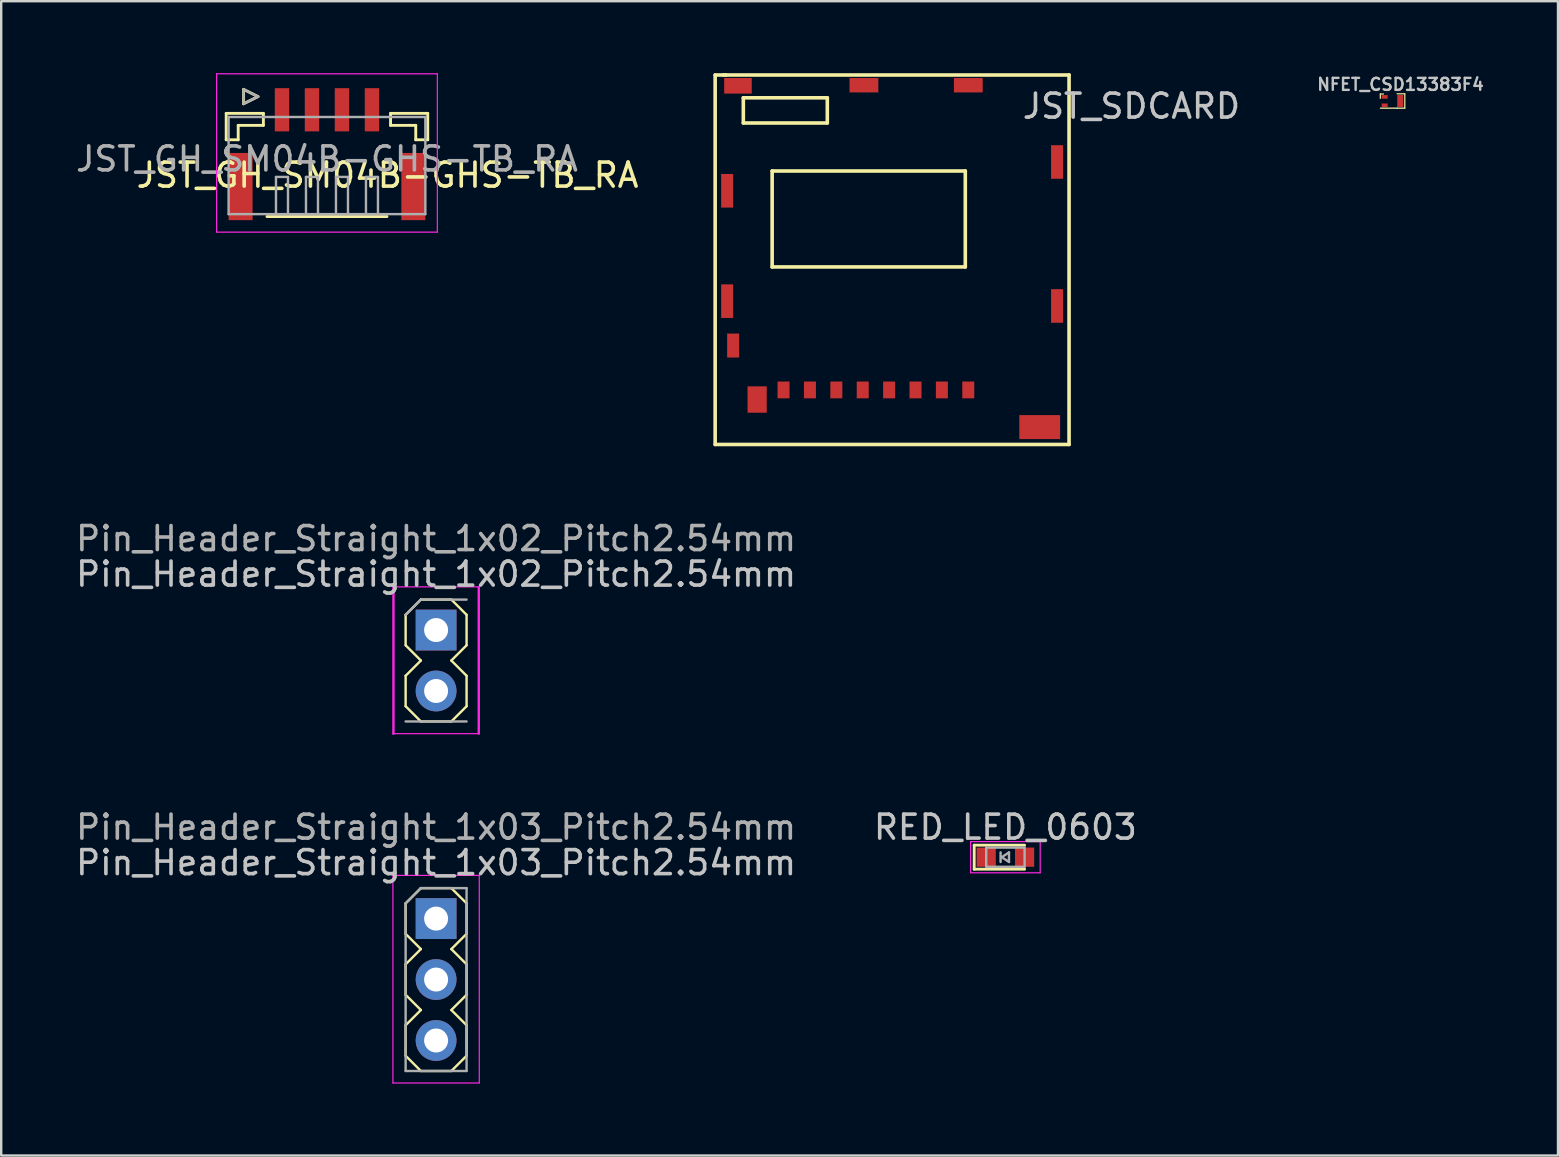
<source format=kicad_pcb>
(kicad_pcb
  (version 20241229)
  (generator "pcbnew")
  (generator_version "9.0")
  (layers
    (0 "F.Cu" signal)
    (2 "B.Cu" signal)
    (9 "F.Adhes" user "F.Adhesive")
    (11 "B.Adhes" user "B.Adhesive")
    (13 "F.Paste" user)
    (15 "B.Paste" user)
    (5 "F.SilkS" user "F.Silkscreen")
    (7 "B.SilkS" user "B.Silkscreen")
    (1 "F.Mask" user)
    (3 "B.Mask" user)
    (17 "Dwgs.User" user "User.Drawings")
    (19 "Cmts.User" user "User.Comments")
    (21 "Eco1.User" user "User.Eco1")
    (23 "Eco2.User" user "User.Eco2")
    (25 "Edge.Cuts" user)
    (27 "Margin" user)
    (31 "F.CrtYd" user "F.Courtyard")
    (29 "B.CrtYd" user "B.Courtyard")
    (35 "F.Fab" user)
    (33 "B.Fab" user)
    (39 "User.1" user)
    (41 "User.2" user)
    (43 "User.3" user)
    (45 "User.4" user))
  (footprint "JST_SDCARD"
    (layer "F.Cu")
    (at 33.655 7.111)
    (property "Reference" "JST_SDCARD" (at 10.449 -5.736 0) (layer "Dwgs.User") (effects (font (size 1 1) (thickness 0.15))))
    (attr through_hole)
    (fp_line (start -6.9 -7.036) (end -6.45 -7.036) (stroke (width 0.15) (type solid)) (layer "F.SilkS"))
    (fp_line (start -6.9 8.363) (end -6.9 -7.036) (stroke (width 0.15) (type solid)) (layer "F.SilkS"))
    (fp_line (start -6.55 -7.036) (end 7.849 -7.036) (stroke (width 0.15) (type solid)) (layer "F.SilkS"))
    (fp_line (start -5.726 -6.086) (end -2.226 -6.086) (stroke (width 0.15) (type solid)) (layer "F.SilkS"))
    (fp_line (start -5.726 -5.036) (end -5.726 -6.086) (stroke (width 0.15) (type solid)) (layer "F.SilkS"))
    (fp_line (start -4.525 -3.035) (end 3.525 -3.035) (stroke (width 0.15) (type solid)) (layer "F.SilkS"))
    (fp_line (start -4.525 0.965) (end -4.525 -3.035) (stroke (width 0.15) (type solid)) (layer "F.SilkS"))
    (fp_line (start -2.226 -6.086) (end -2.226 -5.036) (stroke (width 0.15) (type solid)) (layer "F.SilkS"))
    (fp_line (start -2.226 -5.036) (end -5.726 -5.036) (stroke (width 0.15) (type solid)) (layer "F.SilkS"))
    (fp_line (start 3.525 -3.035) (end 3.525 0.965) (stroke (width 0.15) (type solid)) (layer "F.SilkS"))
    (fp_line (start 3.525 0.965) (end -4.525 0.965) (stroke (width 0.15) (type solid)) (layer "F.SilkS"))
    (fp_line (start 7.849 -7.036) (end 7.849 8.363) (stroke (width 0.15) (type solid)) (layer "F.SilkS"))
    (fp_line (start 7.849 8.363) (end -6.9 8.363) (stroke (width 0.15) (type solid)) (layer "F.SilkS"))
    (pad "1" smd rect (at 3.649 6.09) (size 0.5 0.7) (layers "F.Cu" "F.Mask" "F.Paste"))
    (pad "2" smd rect (at 2.549 6.09) (size 0.5 0.7) (layers "F.Cu" "F.Mask" "F.Paste"))
    (pad "3" smd rect (at 1.45 6.09) (size 0.5 0.7) (layers "F.Cu" "F.Mask" "F.Paste"))
    (pad "4" smd rect (at 0.35 6.09) (size 0.5 0.7) (layers "F.Cu" "F.Mask" "F.Paste"))
    (pad "5" smd rect (at -0.75 6.09) (size 0.5 0.7) (layers "F.Cu" "F.Mask" "F.Paste"))
    (pad "6" smd rect (at -1.85 6.09) (size 0.5 0.7) (layers "F.Cu" "F.Mask" "F.Paste"))
    (pad "7" smd rect (at -2.95 6.09) (size 0.5 0.7) (layers "F.Cu" "F.Mask" "F.Paste"))
    (pad "8" smd rect (at -4.05 6.09) (size 0.5 0.7) (layers "F.Cu" "F.Mask" "F.Paste"))
    (pad "9" smd rect (at -5.15 6.49) (size 0.8 1.1) (layers "F.Cu" "F.Mask" "F.Paste"))
    (pad "10" smd rect (at -6.15 4.24) (size 0.5 1) (layers "F.Cu" "F.Mask" "F.Paste"))
    (pad "11" smd rect (at -6.4 2.39) (size 0.5 1.4) (layers "F.Cu" "F.Mask" "F.Paste"))
    (pad "12" smd rect (at -6.4 -2.21) (size 0.5 1.4) (layers "F.Cu" "F.Mask" "F.Paste"))
    (pad "13" smd rect (at -5.95 -6.586) (size 1.15 0.65) (layers "F.Cu" "F.Mask" "F.Paste"))
    (pad "14" smd rect (at -0.7 -6.609) (size 1.2 0.6) (layers "F.Cu" "F.Mask" "F.Paste"))
    (pad "15" smd rect (at 3.65 -6.609) (size 1.2 0.6) (layers "F.Cu" "F.Mask" "F.Paste"))
    (pad "16" smd rect (at 7.35 -3.41) (size 0.5 1.4) (layers "F.Cu" "F.Mask" "F.Paste"))
    (pad "17" smd rect (at 7.35 2.591) (size 0.5 1.4) (layers "F.Cu" "F.Mask" "F.Paste"))
    (pad "18" smd rect (at 6.627 7.639) (size 1.7 1) (layers "F.Cu" "F.Mask" "F.Paste")))
  (footprint "JST_GH_SM04B-GHS-TB_RA"
    (layer "F.Cu")
    (at 10.577 3.125)
    (property "Reference" "JST_GH_SM04B-GHS-TB_RA" (at 2.525 1.125 0) (layer "F.SilkS") (effects (font (size 1 1) (thickness 0.15))))
    (attr smd)
    (fp_line (start -4.2 -1.45) (end -2.65 -1.45) (stroke (width 0.12) (type solid)) (layer "F.SilkS"))
    (fp_line (start -4.2 -0.35) (end -4.2 -1.45) (stroke (width 0.12) (type solid)) (layer "F.SilkS"))
    (fp_line (start -3.7 -0.95) (end -3.7 -0.35) (stroke (width 0.12) (type solid)) (layer "F.SilkS"))
    (fp_line (start -3.7 -0.35) (end -4.2 -0.35) (stroke (width 0.12) (type solid)) (layer "F.SilkS"))
    (fp_line (start -3.475 -2.45) (end -3.475 -1.85) (stroke (width 0.12) (type solid)) (layer "F.SilkS"))
    (fp_line (start -3.475 -1.85) (end -2.875 -2.15) (stroke (width 0.12) (type solid)) (layer "F.SilkS"))
    (fp_line (start -2.875 -2.15) (end -3.475 -2.45) (stroke (width 0.12) (type solid)) (layer "F.SilkS"))
    (fp_line (start -2.65 -1.45) (end -2.65 -0.95) (stroke (width 0.12) (type solid)) (layer "F.SilkS"))
    (fp_line (start -2.65 -0.95) (end -3.7 -0.95) (stroke (width 0.12) (type solid)) (layer "F.SilkS"))
    (fp_line (start -2.5 2.85) (end 2.5 2.85) (stroke (width 0.12) (type solid)) (layer "F.SilkS"))
    (fp_line (start 2.65 -1.45) (end 2.65 -0.95) (stroke (width 0.12) (type solid)) (layer "F.SilkS"))
    (fp_line (start 2.65 -0.95) (end 3.7 -0.95) (stroke (width 0.12) (type solid)) (layer "F.SilkS"))
    (fp_line (start 3.7 -0.95) (end 3.7 -0.35) (stroke (width 0.12) (type solid)) (layer "F.SilkS"))
    (fp_line (start 3.7 -0.35) (end 4.2 -0.35) (stroke (width 0.12) (type solid)) (layer "F.SilkS"))
    (fp_line (start 4.2 -1.45) (end 2.65 -1.45) (stroke (width 0.12) (type solid)) (layer "F.SilkS"))
    (fp_line (start 4.2 -0.35) (end 4.2 -1.45) (stroke (width 0.12) (type solid)) (layer "F.SilkS"))
    (fp_line (start -4.6 -3.1) (end -4.6 3.5) (stroke (width 0.05) (type solid)) (layer "F.CrtYd"))
    (fp_line (start -4.6 3.5) (end 4.6 3.5) (stroke (width 0.05) (type solid)) (layer "F.CrtYd"))
    (fp_line (start 4.6 -3.1) (end -4.6 -3.1) (stroke (width 0.05) (type solid)) (layer "F.CrtYd"))
    (fp_line (start 4.6 3.5) (end 4.6 -3.1) (stroke (width 0.05) (type solid)) (layer "F.CrtYd"))
    (fp_line (start -4.1 -1.3) (end -4.1 2.75) (stroke (width 0.1) (type solid)) (layer "F.Fab"))
    (fp_line (start -4.1 2.75) (end 4.1 2.75) (stroke (width 0.1) (type solid)) (layer "F.Fab"))
    (fp_line (start -3.475 -2.45) (end -3.475 -1.85) (stroke (width 0.1) (type solid)) (layer "F.Fab"))
    (fp_line (start -3.475 -1.85) (end -2.875 -2.15) (stroke (width 0.1) (type solid)) (layer "F.Fab"))
    (fp_line (start -2.875 -2.15) (end -3.475 -2.45) (stroke (width 0.1) (type solid)) (layer "F.Fab"))
    (fp_line (start -2.125 1.2) (end -1.625 1.2) (stroke (width 0.1) (type solid)) (layer "F.Fab"))
    (fp_line (start -2.125 2.7) (end -2.125 1.2) (stroke (width 0.1) (type solid)) (layer "F.Fab"))
    (fp_line (start -1.625 1.2) (end -1.625 2.7) (stroke (width 0.1) (type solid)) (layer "F.Fab"))
    (fp_line (start -0.875 1.2) (end -0.375 1.2) (stroke (width 0.1) (type solid)) (layer "F.Fab"))
    (fp_line (start -0.875 2.7) (end -0.875 1.2) (stroke (width 0.1) (type solid)) (layer "F.Fab"))
    (fp_line (start -0.375 1.2) (end -0.375 2.7) (stroke (width 0.1) (type solid)) (layer "F.Fab"))
    (fp_line (start 0.375 1.2) (end 0.875 1.2) (stroke (width 0.1) (type solid)) (layer "F.Fab"))
    (fp_line (start 0.375 2.7) (end 0.375 1.2) (stroke (width 0.1) (type solid)) (layer "F.Fab"))
    (fp_line (start 0.875 1.2) (end 0.875 2.7) (stroke (width 0.1) (type solid)) (layer "F.Fab"))
    (fp_line (start 1.625 1.2) (end 2.125 1.2) (stroke (width 0.1) (type solid)) (layer "F.Fab"))
    (fp_line (start 1.625 2.7) (end 1.625 1.2) (stroke (width 0.1) (type solid)) (layer "F.Fab"))
    (fp_line (start 2.125 1.2) (end 2.125 2.7) (stroke (width 0.1) (type solid)) (layer "F.Fab"))
    (fp_line (start 4.1 -1.3) (end -4.1 -1.3) (stroke (width 0.1) (type solid)) (layer "F.Fab"))
    (fp_line (start 4.1 2.75) (end 4.1 -1.3) (stroke (width 0.1) (type solid)) (layer "F.Fab"))
    (fp_text user "${REFERENCE}" (at 0 0.45 180) (layer "F.Fab") (effects (font (size 1 1) (thickness 0.15))))
    (pad "1" smd rect (at -1.875 -1.6) (size 0.6 1.8) (layers "F.Cu" "F.Mask" "F.Paste"))
    (pad "2" smd rect (at -0.625 -1.6) (size 0.6 1.8) (layers "F.Cu" "F.Mask" "F.Paste"))
    (pad "3" smd rect (at 0.625 -1.6) (size 0.6 1.8) (layers "F.Cu" "F.Mask" "F.Paste"))
    (pad "4" smd rect (at 1.875 -1.6) (size 0.6 1.8) (layers "F.Cu" "F.Mask" "F.Paste"))
    (pad "5" smd rect (at -3.6 1.6) (size 1 2.8) (layers "F.Cu" "F.Mask" "F.Paste"))
    (pad "6" smd rect (at 3.6 1.6) (size 1 2.8) (layers "F.Cu" "F.Mask" "F.Paste")))
  (footprint "Pin_Header_Straight_1x02_Pitch2.54mm"
    (layer "F.Cu")
    (at 15.125 23.208)
    (property "Reference" "Pin_Header_Straight_1x02_Pitch2.54mm" (at 0 -2.33 0) (layer "Dwgs.User") (effects (font (size 1 1) (thickness 0.15))))
    (attr through_hole)
    (fp_line (start -1.27 -0.635) (end -1.27 0.635) (stroke (width 0.1) (type solid)) (layer "F.SilkS"))
    (fp_line (start -1.27 0.635) (end -0.635 1.27) (stroke (width 0.1) (type solid)) (layer "F.SilkS"))
    (fp_line (start -1.27 1.905) (end -0.635 1.27) (stroke (width 0.1) (type solid)) (layer "F.SilkS"))
    (fp_line (start -1.27 3.175) (end -1.27 1.905) (stroke (width 0.1) (type solid)) (layer "F.SilkS"))
    (fp_line (start -0.635 -1.27) (end -1.27 -0.635) (stroke (width 0.1) (type solid)) (layer "F.SilkS"))
    (fp_line (start -0.635 3.81) (end -1.27 3.175) (stroke (width 0.1) (type solid)) (layer "F.SilkS"))
    (fp_line (start 0.635 -1.27) (end -0.635 -1.27) (stroke (width 0.1) (type solid)) (layer "F.SilkS"))
    (fp_line (start 0.635 1.27) (end 1.27 0.635) (stroke (width 0.1) (type solid)) (layer "F.SilkS"))
    (fp_line (start 0.635 1.27) (end 1.27 1.905) (stroke (width 0.1) (type solid)) (layer "F.SilkS"))
    (fp_line (start 0.635 3.81) (end -0.635 3.81) (stroke (width 0.1) (type solid)) (layer "F.SilkS"))
    (fp_line (start 1.27 -0.635) (end 0.635 -1.27) (stroke (width 0.1) (type solid)) (layer "F.SilkS"))
    (fp_line (start 1.27 0.635) (end 1.27 -0.635) (stroke (width 0.1) (type solid)) (layer "F.SilkS"))
    (fp_line (start 1.27 1.905) (end 1.27 3.175) (stroke (width 0.1) (type solid)) (layer "F.SilkS"))
    (fp_line (start 1.27 3.175) (end 0.635 3.81) (stroke (width 0.1) (type solid)) (layer "F.SilkS"))
    (fp_line (start -1.822 4.318) (end 1.778 4.318) (stroke (width 0.05) (type solid)) (layer "F.CrtYd"))
    (fp_line (start -1.778 4.318) (end -1.778 -1.778) (stroke (width 0.1) (type solid)) (layer "F.CrtYd"))
    (fp_line (start 1.778 -1.778) (end 1.778 4.318) (stroke (width 0.1) (type solid)) (layer "F.CrtYd"))
    (fp_line (start 1.8 -1.8) (end -1.8 -1.8) (stroke (width 0.05) (type solid)) (layer "F.CrtYd"))
    (fp_line (start -1.27 -0.635) (end -0.635 -1.27) (stroke (width 0.1) (type solid)) (layer "F.Fab"))
    (fp_line (start -0.635 -1.27) (end 1.27 -1.27) (stroke (width 0.1) (type solid)) (layer "F.Fab"))
    (fp_line (start 1.27 3.81) (end -1.27 3.81) (stroke (width 0.1) (type solid)) (layer "F.Fab"))
    (fp_text user "${REFERENCE}" (at 0 -3.81 180) (layer "F.Fab") (effects (font (size 1 1) (thickness 0.15))))
    (pad "1" thru_hole rect (at 0 0) (size 1.7 1.7) (drill 1) (layers "*.Cu" "*.Mask"))
    (pad "2" thru_hole oval (at 0 2.54) (size 1.7 1.7) (drill 1) (layers "*.Cu" "*.Mask")))
  (footprint "NFET_CSD13383F4"
    (layer "F.Cu")
    (at 54.757 1.188)
    (property "Reference" "NFET_CSD13383F4" (at 0.56 -0.72 0) (layer "Dwgs.User") (effects (font (size 0.5 0.5) (thickness 0.1))))
    (attr through_hole)
    (fp_line (start -0.28 -0.32) (end -0.28 -0.14) (stroke (width 0.05) (type solid)) (layer "F.SilkS"))
    (fp_line (start -0.28 0.27) (end 0.42 0.27) (stroke (width 0.05) (type solid)) (layer "F.SilkS"))
    (fp_line (start -0.15 -0.32) (end -0.28 -0.32) (stroke (width 0.05) (type solid)) (layer "F.SilkS"))
    (fp_line (start 0.42 -0.33) (end 0.74 -0.33) (stroke (width 0.05) (type solid)) (layer "F.SilkS"))
    (fp_line (start 0.74 -0.32) (end 0.74 0.27) (stroke (width 0.05) (type solid)) (layer "F.SilkS"))
    (fp_line (start 0.74 0.27) (end 0.42 0.27) (stroke (width 0.05) (type solid)) (layer "F.SilkS"))
    (pad "1" smd rect (at -0.1 -0.2) (size 0.25 0.15) (layers "F.Cu" "F.Mask" "F.Paste"))
    (pad "2" smd rect (at -0.1 0.15 180) (size 0.25 0.15) (layers "F.Cu" "F.Mask" "F.Paste"))
    (pad "3" smd rect (at 0.55 -0.03) (size 0.25 0.5) (layers "F.Cu" "F.Mask" "F.Paste")))
  (footprint "Pin_Header_Straight_1x03_Pitch2.54mm"
    (layer "F.Cu")
    (at 15.125 35.234)
    (property "Reference" "Pin_Header_Straight_1x03_Pitch2.54mm" (at 0 -2.33 0) (layer "Dwgs.User") (effects (font (size 1 1) (thickness 0.15))))
    (attr through_hole)
    (fp_line (start -1.27 -0.635) (end -1.27 0.635) (stroke (width 0.1) (type solid)) (layer "F.SilkS"))
    (fp_line (start -1.27 0.635) (end -0.635 1.27) (stroke (width 0.1) (type solid)) (layer "F.SilkS"))
    (fp_line (start -1.27 1.905) (end -0.635 1.27) (stroke (width 0.1) (type solid)) (layer "F.SilkS"))
    (fp_line (start -1.27 3.175) (end -1.27 1.905) (stroke (width 0.1) (type solid)) (layer "F.SilkS"))
    (fp_line (start -1.27 4.445) (end -0.635 3.81) (stroke (width 0.1) (type solid)) (layer "F.SilkS"))
    (fp_line (start -1.27 5.715) (end -1.27 4.445) (stroke (width 0.1) (type solid)) (layer "F.SilkS"))
    (fp_line (start -0.635 -1.27) (end -1.27 -0.635) (stroke (width 0.1) (type solid)) (layer "F.SilkS"))
    (fp_line (start -0.635 3.81) (end -1.27 3.175) (stroke (width 0.1) (type solid)) (layer "F.SilkS"))
    (fp_line (start -0.635 6.35) (end -1.27 5.715) (stroke (width 0.1) (type solid)) (layer "F.SilkS"))
    (fp_line (start 0.635 -1.27) (end -0.635 -1.27) (stroke (width 0.1) (type solid)) (layer "F.SilkS"))
    (fp_line (start 0.635 1.27) (end 1.27 0.635) (stroke (width 0.1) (type solid)) (layer "F.SilkS"))
    (fp_line (start 0.635 1.27) (end 1.27 1.905) (stroke (width 0.1) (type solid)) (layer "F.SilkS"))
    (fp_line (start 0.635 3.81) (end 1.27 4.445) (stroke (width 0.1) (type solid)) (layer "F.SilkS"))
    (fp_line (start 0.635 6.35) (end -0.635 6.35) (stroke (width 0.1) (type solid)) (layer "F.SilkS"))
    (fp_line (start 1.27 -0.635) (end 0.635 -1.27) (stroke (width 0.1) (type solid)) (layer "F.SilkS"))
    (fp_line (start 1.27 0.635) (end 1.27 -0.635) (stroke (width 0.1) (type solid)) (layer "F.SilkS"))
    (fp_line (start 1.27 1.905) (end 1.27 3.175) (stroke (width 0.1) (type solid)) (layer "F.SilkS"))
    (fp_line (start 1.27 3.175) (end 0.635 3.81) (stroke (width 0.1) (type solid)) (layer "F.SilkS"))
    (fp_line (start 1.27 4.445) (end 1.27 5.715) (stroke (width 0.1) (type solid)) (layer "F.SilkS"))
    (fp_line (start 1.27 5.715) (end 0.635 6.35) (stroke (width 0.1) (type solid)) (layer "F.SilkS"))
    (fp_line (start -1.8 -1.8) (end -1.8 6.85) (stroke (width 0.05) (type solid)) (layer "F.CrtYd"))
    (fp_line (start -1.8 6.85) (end 1.8 6.85) (stroke (width 0.05) (type solid)) (layer "F.CrtYd"))
    (fp_line (start 1.8 -1.8) (end -1.8 -1.8) (stroke (width 0.05) (type solid)) (layer "F.CrtYd"))
    (fp_line (start 1.8 6.85) (end 1.8 -1.8) (stroke (width 0.05) (type solid)) (layer "F.CrtYd"))
    (fp_line (start -1.27 -0.635) (end -0.635 -1.27) (stroke (width 0.1) (type solid)) (layer "F.Fab"))
    (fp_line (start -1.27 6.35) (end -1.27 -0.635) (stroke (width 0.1) (type solid)) (layer "F.Fab"))
    (fp_line (start -0.635 -1.27) (end 1.27 -1.27) (stroke (width 0.1) (type solid)) (layer "F.Fab"))
    (fp_line (start 1.27 -1.27) (end 1.27 6.35) (stroke (width 0.1) (type solid)) (layer "F.Fab"))
    (fp_line (start 1.27 6.35) (end -1.27 6.35) (stroke (width 0.1) (type solid)) (layer "F.Fab"))
    (fp_text user "${REFERENCE}" (at 0 -3.81 180) (layer "F.Fab") (effects (font (size 1 1) (thickness 0.15))))
    (pad "1" thru_hole rect (at 0 0) (size 1.7 1.7) (drill 1) (layers "*.Cu" "*.Mask"))
    (pad "2" thru_hole oval (at 0 2.54) (size 1.7 1.7) (drill 1) (layers "*.Cu" "*.Mask"))
    (pad "3" thru_hole oval (at 0 5.08) (size 1.7 1.7) (drill 1) (layers "*.Cu" "*.Mask")))
  (footprint "RED_LED_0603"
    (layer "F.Cu")
    (at 38.851 32.674)
    (property "Reference" "RED_LED_0603" (at 0 -1.25 0) (layer "Dwgs.User") (effects (font (size 1 1) (thickness 0.15))))
    (attr smd)
    (fp_line (start -1.3 -0.5) (end -1.3 0.5) (stroke (width 0.12) (type solid)) (layer "F.SilkS"))
    (fp_line (start -1.3 -0.5) (end 0.8 -0.5) (stroke (width 0.12) (type solid)) (layer "F.SilkS"))
    (fp_line (start -1.3 0.5) (end 0.8 0.5) (stroke (width 0.12) (type solid)) (layer "F.SilkS"))
    (fp_line (start -1.45 -0.65) (end 1.45 -0.65) (stroke (width 0.05) (type solid)) (layer "F.CrtYd"))
    (fp_line (start -1.45 0.65) (end -1.45 -0.65) (stroke (width 0.05) (type solid)) (layer "F.CrtYd"))
    (fp_line (start 1.45 -0.65) (end 1.45 0.65) (stroke (width 0.05) (type solid)) (layer "F.CrtYd"))
    (fp_line (start 1.45 0.65) (end -1.45 0.65) (stroke (width 0.05) (type solid)) (layer "F.CrtYd"))
    (fp_line (start -0.8 -0.4) (end 0.8 -0.4) (stroke (width 0.1) (type solid)) (layer "F.Fab"))
    (fp_line (start -0.8 0.4) (end -0.8 -0.4) (stroke (width 0.1) (type solid)) (layer "F.Fab"))
    (fp_line (start -0.2 -0.2) (end -0.2 0.2) (stroke (width 0.1) (type solid)) (layer "F.Fab"))
    (fp_line (start -0.15 0) (end 0.15 -0.2) (stroke (width 0.1) (type solid)) (layer "F.Fab"))
    (fp_line (start 0.15 -0.2) (end 0.15 0.2) (stroke (width 0.1) (type solid)) (layer "F.Fab"))
    (fp_line (start 0.15 0.2) (end -0.15 0) (stroke (width 0.1) (type solid)) (layer "F.Fab"))
    (fp_line (start 0.8 -0.4) (end 0.8 0.4) (stroke (width 0.1) (type solid)) (layer "F.Fab"))
    (fp_line (start 0.8 0.4) (end -0.8 0.4) (stroke (width 0.1) (type solid)) (layer "F.Fab"))
    (pad "1" smd rect (at -0.8 0 180) (size 0.8 0.8) (layers "F.Cu" "F.Mask" "F.Paste"))
    (pad "2" smd rect (at 0.8 0 180) (size 0.8 0.8) (layers "F.Cu" "F.Mask" "F.Paste")))
  (gr_rect
    (start -3 -3)
    (end 61.881 45.109)
    (stroke (width 0.1) (type default))
    (fill no)
    (layer "Edge.Cuts")))
</source>
